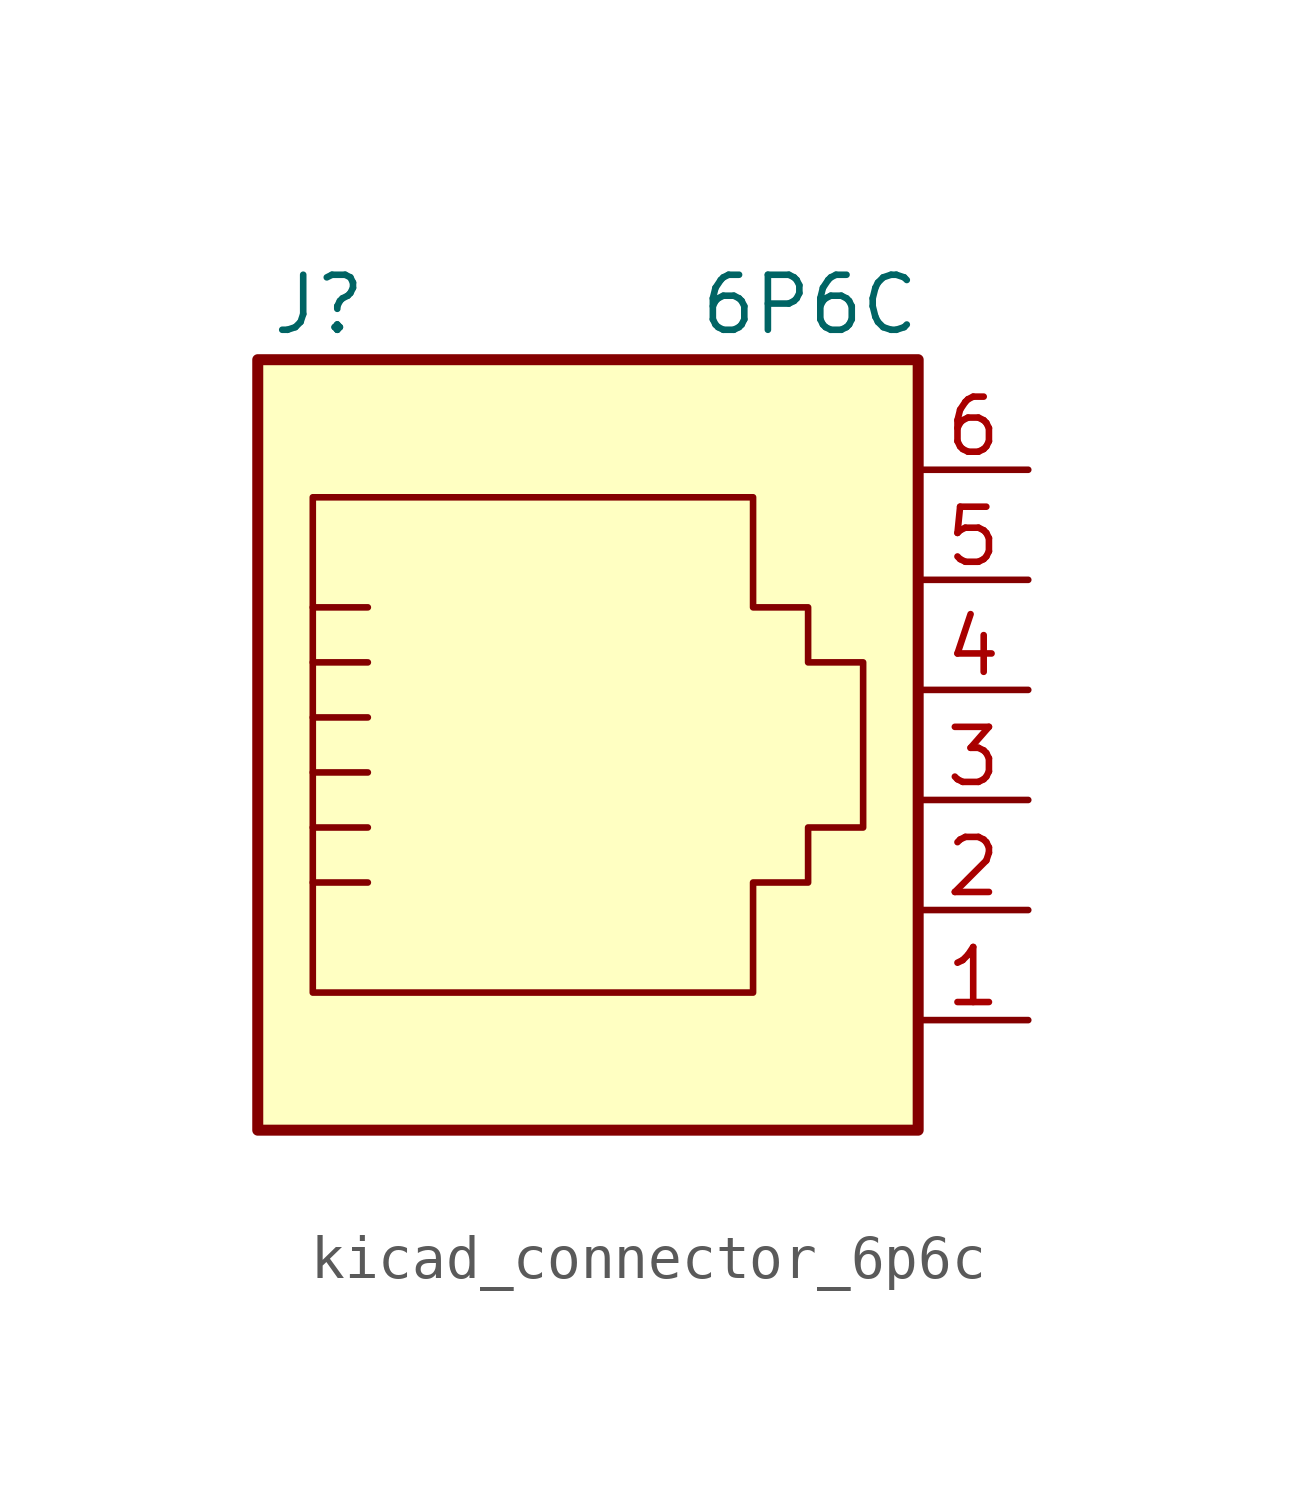
<source format=kicad_sym>
(kicad_symbol_lib
  (version 20220914)
  (generator kicad_symbol_editor)
  (symbol "kicad_connector_6p6c"
    (pin_names
      (offset 1.016))
    (property "Reference" "J"
      (at -5.08 11.43 0)
      (effects (font (size 1.27 1.27)) (justify right)))
    (property "Value" "6P6C"
      (at 2.54 11.43 0)
      (effects (font (size 1.27 1.27)) (justify left)))
    (symbol "kicad_connector_6p6c_0_1"
      (polyline (pts (xy -6.35 -1.905) (xy -5.08 -1.905) (xy -5.08 -1.905)) (stroke (width 0) (type default)) (fill (type none)))
      (polyline (pts (xy -6.35 -0.635) (xy -5.08 -0.635) (xy -5.08 -0.635)) (stroke (width 0) (type default)) (fill (type none)))
      (polyline (pts (xy -6.35 0.635) (xy -5.08 0.635) (xy -5.08 0.635)) (stroke (width 0) (type default)) (fill (type none)))
      (polyline (pts (xy -6.35 1.905) (xy -5.08 1.905) (xy -5.08 1.905)) (stroke (width 0) (type default)) (fill (type none)))
      (polyline (pts (xy -6.35 3.175) (xy -5.08 3.175) (xy -5.08 3.175)) (stroke (width 0) (type default)) (fill (type none)))
      (polyline (pts (xy -5.08 4.445) (xy -6.35 4.445) (xy -6.35 4.445)) (stroke (width 0) (type default)) (fill (type none)))
      (polyline (pts (xy -6.35 -4.445) (xy -6.35 6.985) (xy 3.81 6.985) (xy 3.81 4.445) (xy 5.08 4.445) (xy 5.08 3.175) (xy 6.35 3.175) (xy 6.35 -0.635) (xy 5.08 -0.635) (xy 5.08 -1.905) (xy 3.81 -1.905) (xy 3.81 -4.445) (xy -6.35 -4.445) (xy -6.35 -4.445)) (stroke (width 0) (type default)) (fill (type none)))
      (rectangle (start 7.62 10.16) (end -7.62 -7.62) (stroke (width 0.254) (type default)) (fill (type background))))
    (symbol "kicad_connector_6p6c_1_1"
      (pin passive line (at 10.16 -5.08 180) (length 2.54) (name "~" (effects (font (size 1.27 1.27)))) (number "1" (effects (font (size 1.27 1.27)))))
      (pin passive line (at 10.16 -2.54 180) (length 2.54) (name "~" (effects (font (size 1.27 1.27)))) (number "2" (effects (font (size 1.27 1.27)))))
      (pin passive line (at 10.16 0 180) (length 2.54) (name "~" (effects (font (size 1.27 1.27)))) (number "3" (effects (font (size 1.27 1.27)))))
      (pin passive line (at 10.16 2.54 180) (length 2.54) (name "~" (effects (font (size 1.27 1.27)))) (number "4" (effects (font (size 1.27 1.27)))))
      (pin passive line (at 10.16 5.08 180) (length 2.54) (name "~" (effects (font (size 1.27 1.27)))) (number "5" (effects (font (size 1.27 1.27)))))
      (pin passive line (at 10.16 7.62 180) (length 2.54) (name "~" (effects (font (size 1.27 1.27)))) (number "6" (effects (font (size 1.27 1.27))))))))
</source>
